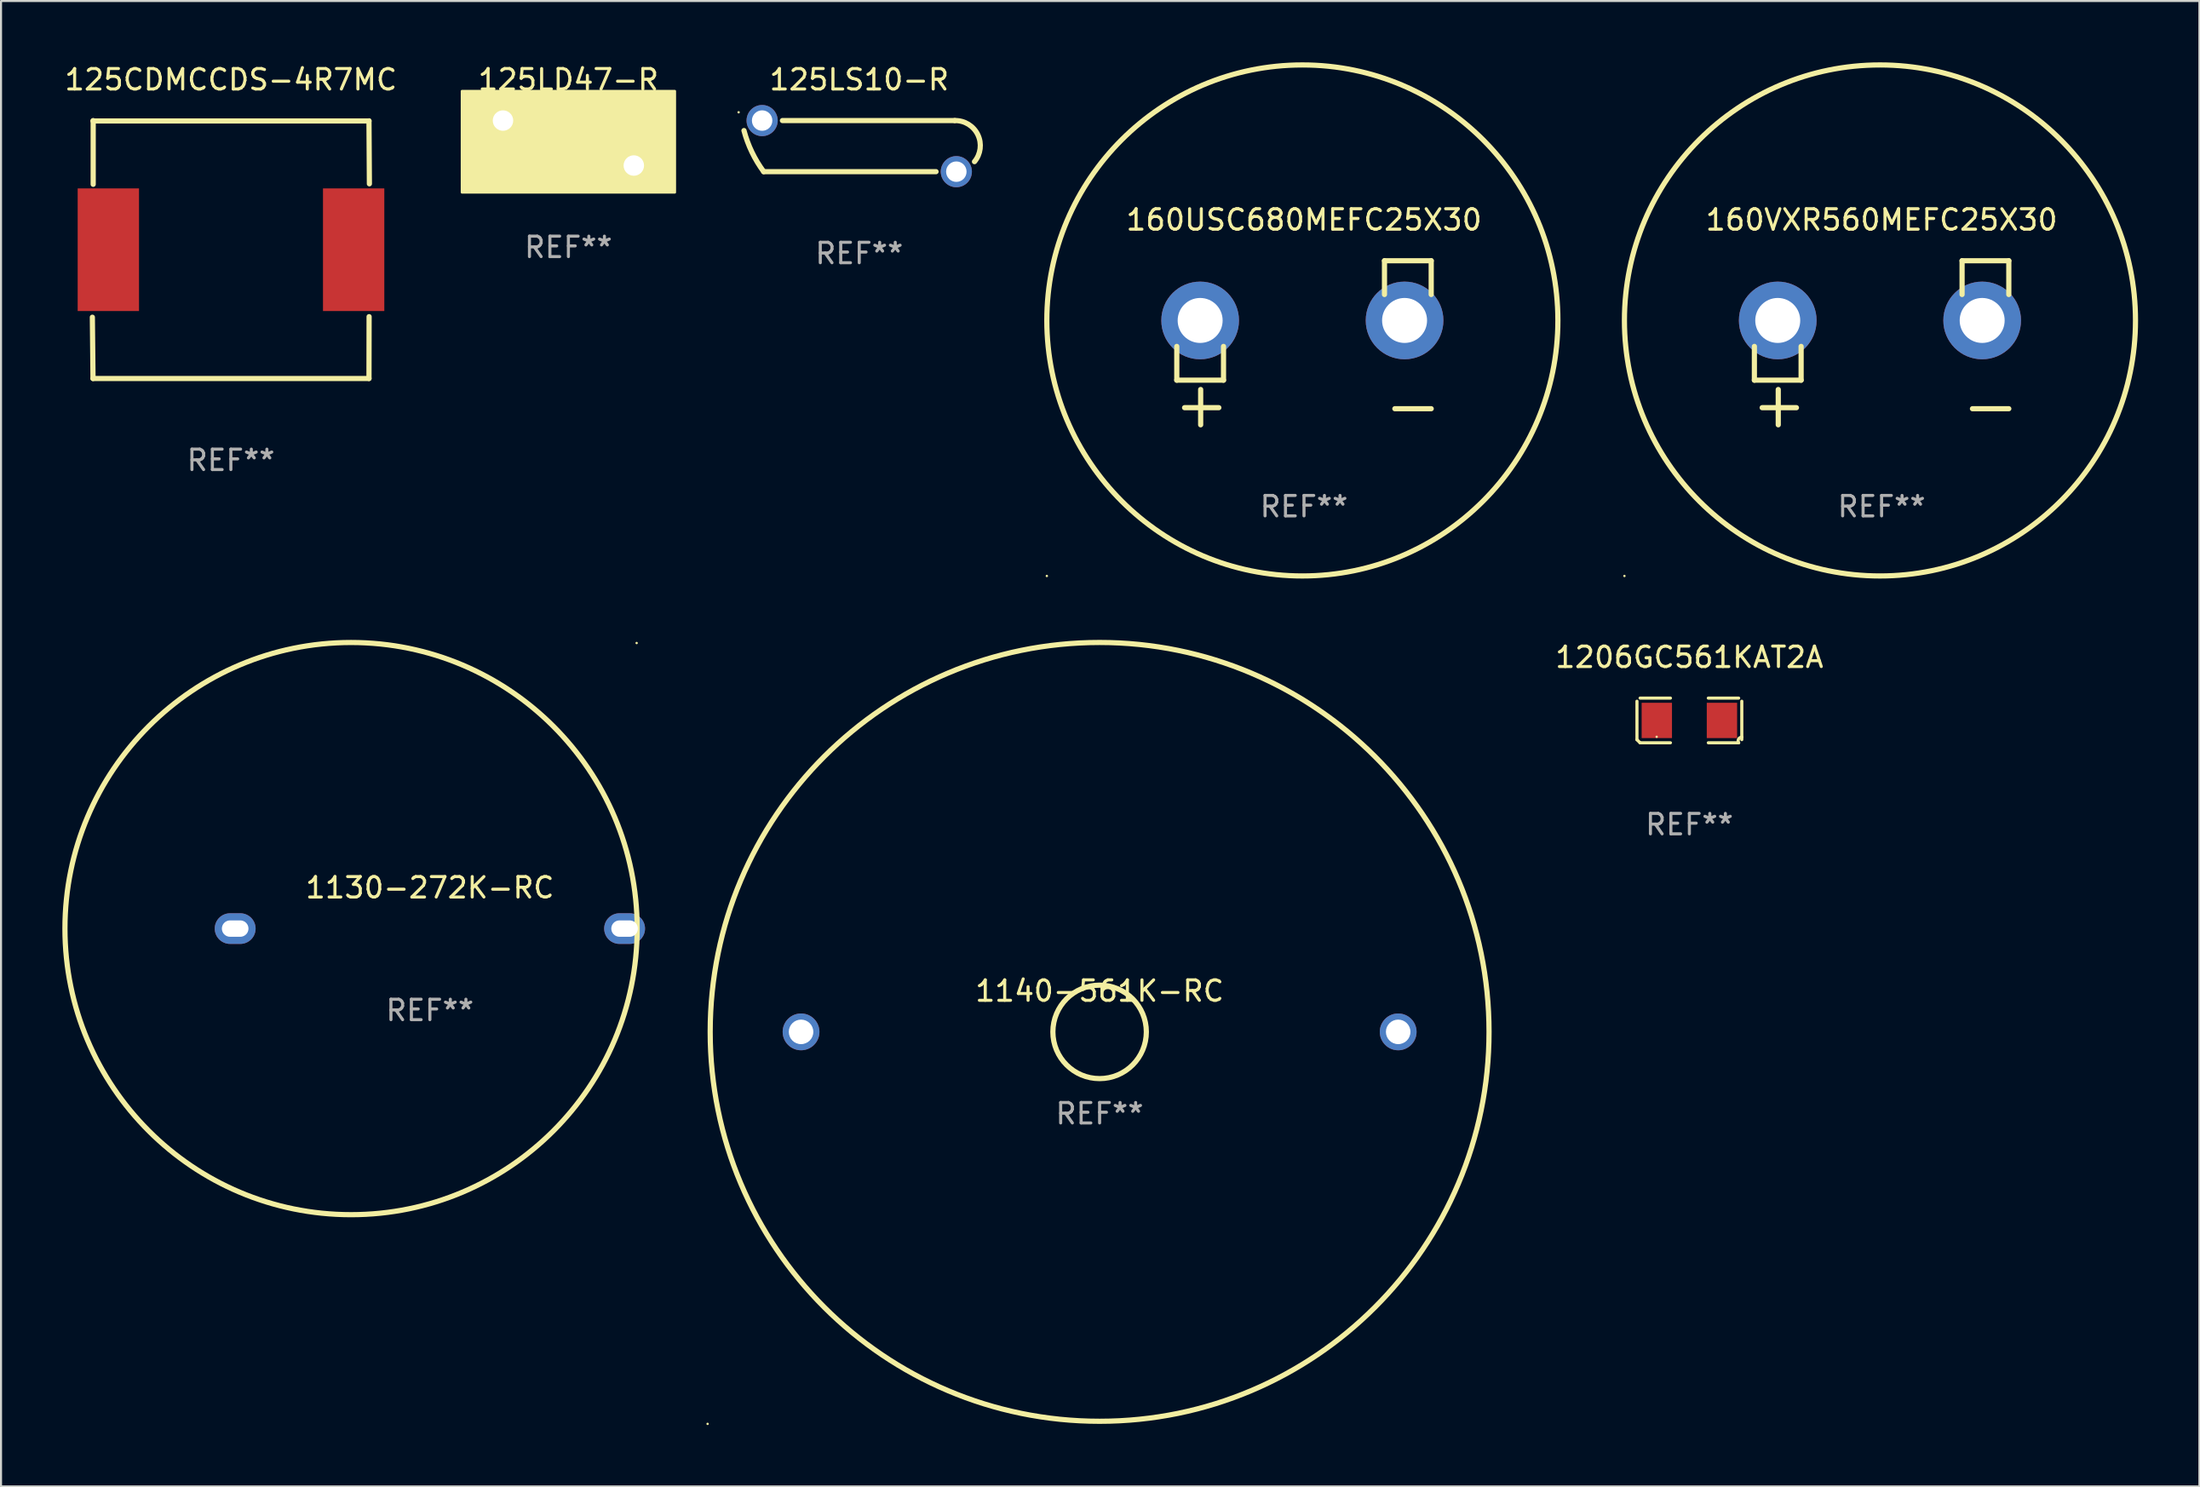
<source format=kicad_pcb>
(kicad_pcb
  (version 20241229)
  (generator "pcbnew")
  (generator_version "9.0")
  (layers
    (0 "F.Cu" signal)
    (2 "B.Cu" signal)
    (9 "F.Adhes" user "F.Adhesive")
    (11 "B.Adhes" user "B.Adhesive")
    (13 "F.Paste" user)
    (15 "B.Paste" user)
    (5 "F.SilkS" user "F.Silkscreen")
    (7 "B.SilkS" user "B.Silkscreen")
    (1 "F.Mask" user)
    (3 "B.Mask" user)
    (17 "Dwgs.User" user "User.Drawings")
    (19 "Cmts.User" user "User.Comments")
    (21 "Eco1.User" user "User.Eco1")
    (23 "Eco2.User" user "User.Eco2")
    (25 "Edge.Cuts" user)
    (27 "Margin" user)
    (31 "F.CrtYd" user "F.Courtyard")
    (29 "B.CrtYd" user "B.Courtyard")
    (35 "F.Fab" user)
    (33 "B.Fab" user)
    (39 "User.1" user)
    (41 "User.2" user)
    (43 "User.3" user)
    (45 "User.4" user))
  (footprint "125LD47-R"
    (layer "F.Cu")
    (at 24.755 3.948)
    (property "Reference" "125LD47-R" (at 0 -3.1 0) (layer "F.SilkS") (effects (font (size 1 1) (thickness 0.15))))
    (attr through_hole)
    (fp_line (start -0.635 0) (end -1.524 0) (stroke (width 0.254) (type solid)) (layer "F.SilkS"))
    (fp_line (start -0.635 1.08) (end -0.635 -1.08) (stroke (width 0.254) (type solid)) (layer "F.SilkS"))
    (fp_line (start 0.635 -1.08) (end 0.635 1.08) (stroke (width 0.254) (type solid)) (layer "F.SilkS"))
    (fp_line (start 0.635 0) (end 1.524 0) (stroke (width 0.254) (type solid)) (layer "F.SilkS"))
    (fp_circle (center -5.1 2.35) (end -5.07 2.35) (stroke (width 0.06) (type solid)) (fill no) (layer "F.SilkS"))
    (fp_poly (pts (xy -5.207 -2.54) (xy 5.207 -2.54) (xy 5.207 2.413) (xy -5.207 2.413)) (stroke (width 0.12) (type solid)) (fill yes) (layer "F.SilkS"))
    (fp_text user "REF**" (at 0 5.1 0) (layer "F.Fab") (effects (font (size 1 1) (thickness 0.15))))
    (pad "1" thru_hole circle (at -3.2 -1.1) (size 1.6 1.6) (drill 1) (layers "*.Cu" "*.Mask"))
    (pad "2" thru_hole circle (at 3.2 1.1) (size 1.6 1.6) (drill 1) (layers "*.Cu" "*.Mask")))
  (footprint "160USC680MEFC25X30"
    (layer "F.Cu")
    (at 60.739 13.719)
    (property "Reference" "160USC680MEFC25X30" (at 0 -6.013 0) (layer "F.SilkS") (effects (font (size 1 1) (thickness 0.15))))
    (attr through_hole)
    (fp_line (start -6.223 0.178) (end -6.223 1.829) (stroke (width 0.254) (type solid)) (layer "F.SilkS"))
    (fp_line (start -6.223 1.829) (end -3.937 1.829) (stroke (width 0.254) (type solid)) (layer "F.SilkS"))
    (fp_line (start -5.055 4.013) (end -5.055 2.286) (stroke (width 0.254) (type solid)) (layer "F.SilkS"))
    (fp_line (start -4.166 3.175) (end -5.842 3.175) (stroke (width 0.254) (type solid)) (layer "F.SilkS"))
    (fp_line (start -3.937 1.829) (end -3.937 0.178) (stroke (width 0.254) (type solid)) (layer "F.SilkS"))
    (fp_line (start 3.937 -4.013) (end 3.937 -2.362) (stroke (width 0.254) (type solid)) (layer "F.SilkS"))
    (fp_line (start 6.223 -4.013) (end 3.937 -4.013) (stroke (width 0.254) (type solid)) (layer "F.SilkS"))
    (fp_line (start 6.223 -2.362) (end 6.223 -4.013) (stroke (width 0.254) (type solid)) (layer "F.SilkS"))
    (fp_line (start 6.223 3.226) (end 4.445 3.226) (stroke (width 0.254) (type solid)) (layer "F.SilkS"))
    (fp_circle (center -12.58 11.408) (end -12.55 11.408) (stroke (width 0.06) (type solid)) (fill no) (layer "F.SilkS"))
    (fp_circle (center -0.08 -1.092) (end 12.42 -1.092) (stroke (width 0.254) (type solid)) (fill no) (layer "F.SilkS"))
    (fp_text user "REF**" (at 0 8.013 0) (layer "F.Fab") (effects (font (size 1 1) (thickness 0.15))))
    (pad "1" thru_hole circle (at -5.08 -1.092) (size 3.8 3.8) (drill 2.2) (layers "*.Cu" "*.Mask"))
    (pad "2" thru_hole circle (at 4.92 -1.092) (size 3.8 3.8) (drill 2.2) (layers "*.Cu" "*.Mask")))
  (footprint "1140-561K-RC"
    (layer "F.Cu")
    (at 50.741 47.431)
    (property "Reference" "1140-561K-RC" (at 0 -2 0) (layer "F.SilkS") (effects (font (size 1 1) (thickness 0.15))))
    (attr through_hole)
    (fp_circle (center -19.177 19.177) (end -19.147 19.177) (stroke (width 0.06) (type solid)) (fill no) (layer "F.SilkS"))
    (fp_circle (center 0 0) (end 2.286 0) (stroke (width 0.254) (type solid)) (fill no) (layer "F.SilkS"))
    (fp_circle (center 0 0) (end 19.05 0) (stroke (width 0.254) (type solid)) (fill no) (layer "F.SilkS"))
    (fp_text user "REF**" (at 0 4 0) (layer "F.Fab") (effects (font (size 1 1) (thickness 0.15))))
    (pad "1" thru_hole circle (at -14.605 0) (size 1.8 1.8) (drill 1.2) (layers "*.Cu" "*.Mask"))
    (pad "2" thru_hole circle (at 14.605 0) (size 1.8 1.8) (drill 1.2) (layers "*.Cu" "*.Mask")))
  (footprint "1130-272K-RC"
    (layer "F.Cu")
    (at 17.979 42.378)
    (property "Reference" "1130-272K-RC" (at 0 -2 0) (layer "F.SilkS") (effects (font (size 1 1) (thickness 0.15))))
    (attr through_hole)
    (fp_circle (center -3.856 0) (end 10.14 0) (stroke (width 0.254) (type solid)) (fill no) (layer "F.SilkS"))
    (fp_circle (center 10.114 -13.97) (end 10.144 -13.97) (stroke (width 0.06) (type solid)) (fill no) (layer "F.SilkS"))
    (fp_text user "REF**" (at 0 4 0) (layer "F.Fab") (effects (font (size 1 1) (thickness 0.15))))
    (pad "1" thru_hole oval (at 9.525 0) (size 2 1.5) (drill oval 1.3 0.8) (layers "*.Cu" "*.Mask"))
    (pad "2" thru_hole oval (at -9.525 0) (size 2 1.5) (drill oval 1.3 0.8) (layers "*.Cu" "*.Mask")))
  (footprint "125CDMCCDS-4R7MC"
    (layer "F.Cu")
    (at 8.244 9.158)
    (property "Reference" "125CDMCCDS-4R7MC" (at 0 -8.309 0) (layer "F.SilkS") (effects (font (size 1 1) (thickness 0.15))))
    (attr through_hole)
    (fp_line (start -6.744 -6.291) (end 6.756 -6.291) (stroke (width 0.254) (type solid)) (layer "F.SilkS"))
    (fp_line (start -6.744 6.309) (end -6.776 3.311) (stroke (width 0.254) (type solid)) (layer "F.SilkS"))
    (fp_line (start -6.735 -3.191) (end -6.735 -6.309) (stroke (width 0.254) (type solid)) (layer "F.SilkS"))
    (fp_line (start 6.756 6.309) (end -6.744 6.309) (stroke (width 0.254) (type solid)) (layer "F.SilkS"))
    (fp_line (start 6.756 6.309) (end 6.762 3.283) (stroke (width 0.254) (type solid)) (layer "F.SilkS"))
    (fp_line (start 6.776 -3.216) (end 6.756 -6.297) (stroke (width 0.254) (type solid)) (layer "F.SilkS"))
    (fp_circle (center -6.744 6.309) (end -6.714 6.309) (stroke (width 0.06) (type solid)) (fill no) (layer "F.SilkS"))
    (fp_text user "REF**" (at 0 10.309 0) (layer "F.Fab") (effects (font (size 1 1) (thickness 0.15))))
    (pad "1" smd rect (at -5.994 0.009) (size 3 6) (layers "F.Cu" "F.Mask" "F.Paste"))
    (pad "2" smd rect (at 6.006 0.009) (size 3 6) (layers "F.Cu" "F.Mask" "F.Paste")))
  (footprint "125LS10-R"
    (layer "F.Cu")
    (at 38.982 4.098)
    (property "Reference" "125LS10-R" (at 0 -3.25 0) (layer "F.SilkS") (effects (font (size 1 1) (thickness 0.15))))
    (attr through_hole)
    (fp_line (start -4.673 1.25) (end 3.757 1.25) (stroke (width 0.254) (type solid)) (layer "F.SilkS"))
    (fp_line (start 4.673 -1.25) (end -3.757 -1.25) (stroke (width 0.254) (type solid)) (layer "F.SilkS"))
    (fp_arc (start -4.672899 1.249784) (mid -5.250471 0.290533) (end -5.638024 -0.75997) (stroke (width 0.254001) (type solid)) (layer "F.SilkS"))
    (fp_arc (start 4.672899 -1.249784) (mid 5.80251 -0.555648) (end 5.637998 0.759944) (stroke (width 0.254001) (type solid)) (layer "F.SilkS"))
    (fp_circle (center -5.9 -1.655) (end -5.87 -1.655) (stroke (width 0.06) (type solid)) (fill no) (layer "F.SilkS"))
    (fp_text user "REF**" (at 0 5.25 0) (layer "F.Fab") (effects (font (size 1 1) (thickness 0.15))))
    (pad "1" thru_hole circle (at -4.75 -1.25) (size 1.524 1.524) (drill 1) (layers "*.Cu" "*.Mask"))
    (pad "2" thru_hole circle (at 4.75 1.25) (size 1.524 1.524) (drill 1) (layers "*.Cu" "*.Mask")))
  (footprint "1206GC561KAT2A"
    (layer "F.Cu")
    (at 79.591 32.195)
    (property "Reference" "1206GC561KAT2A" (at 0 -3.093 0) (layer "F.SilkS") (effects (font (size 1 1) (thickness 0.15))))
    (attr through_hole)
    (fp_line (start -2.564 0.94) (end -2.564 -0.94) (stroke (width 0.152) (type solid)) (layer "F.SilkS"))
    (fp_line (start -2.411 -1.093) (end -0.926 -1.093) (stroke (width 0.152) (type solid)) (layer "F.SilkS"))
    (fp_line (start -0.926 1.093) (end -2.411 1.093) (stroke (width 0.152) (type solid)) (layer "F.SilkS"))
    (fp_line (start 0.926 1.093) (end 2.411 1.093) (stroke (width 0.152) (type solid)) (layer "F.SilkS"))
    (fp_line (start 2.411 -1.093) (end 0.926 -1.093) (stroke (width 0.152) (type solid)) (layer "F.SilkS"))
    (fp_line (start 2.564 0.94) (end 2.564 -0.94) (stroke (width 0.152) (type solid)) (layer "F.SilkS"))
    (fp_arc (start -2.411201 1.092609) (mid -2.487413 1.01642) (end -2.563602 0.940208) (stroke (width 0.1524) (type solid)) (layer "F.SilkS"))
    (fp_arc (start 2.411201 1.092609) (mid 2.407159 0.911226) (end 2.563602 0.819347) (stroke (width 0.1524) (type solid)) (layer "F.SilkS"))
    (fp_circle (center -1.6 0.8) (end -1.57 0.8) (stroke (width 0.06) (type solid)) (fill no) (layer "F.SilkS"))
    (fp_text user "REF**" (at 0 5.093 0) (layer "F.Fab") (effects (font (size 1 1) (thickness 0.15))))
    (pad "1" smd rect (at -1.593 0) (size 1.485 1.728) (layers "F.Cu" "F.Mask" "F.Paste"))
    (pad "2" smd rect (at 1.593 0) (size 1.485 1.728) (layers "F.Cu" "F.Mask" "F.Paste")))
  (footprint "160VXR560MEFC25X30"
    (layer "F.Cu")
    (at 88.994 13.719)
    (property "Reference" "160VXR560MEFC25X30" (at 0 -6.013 0) (layer "F.SilkS") (effects (font (size 1 1) (thickness 0.15))))
    (attr through_hole)
    (fp_line (start -6.223 0.178) (end -6.223 1.829) (stroke (width 0.254) (type solid)) (layer "F.SilkS"))
    (fp_line (start -6.223 1.829) (end -3.937 1.829) (stroke (width 0.254) (type solid)) (layer "F.SilkS"))
    (fp_line (start -5.055 4.013) (end -5.055 2.286) (stroke (width 0.254) (type solid)) (layer "F.SilkS"))
    (fp_line (start -4.166 3.175) (end -5.842 3.175) (stroke (width 0.254) (type solid)) (layer "F.SilkS"))
    (fp_line (start -3.937 1.829) (end -3.937 0.178) (stroke (width 0.254) (type solid)) (layer "F.SilkS"))
    (fp_line (start 3.937 -4.013) (end 3.937 -2.362) (stroke (width 0.254) (type solid)) (layer "F.SilkS"))
    (fp_line (start 6.223 -4.013) (end 3.937 -4.013) (stroke (width 0.254) (type solid)) (layer "F.SilkS"))
    (fp_line (start 6.223 -2.362) (end 6.223 -4.013) (stroke (width 0.254) (type solid)) (layer "F.SilkS"))
    (fp_line (start 6.223 3.226) (end 4.445 3.226) (stroke (width 0.254) (type solid)) (layer "F.SilkS"))
    (fp_circle (center -12.58 11.408) (end -12.55 11.408) (stroke (width 0.06) (type solid)) (fill no) (layer "F.SilkS"))
    (fp_circle (center -0.08 -1.092) (end 12.42 -1.092) (stroke (width 0.254) (type solid)) (fill no) (layer "F.SilkS"))
    (fp_text user "REF**" (at 0 8.013 0) (layer "F.Fab") (effects (font (size 1 1) (thickness 0.15))))
    (pad "1" thru_hole circle (at -5.08 -1.092) (size 3.8 3.8) (drill 2.2) (layers "*.Cu" "*.Mask"))
    (pad "2" thru_hole circle (at 4.92 -1.092) (size 3.8 3.8) (drill 2.2) (layers "*.Cu" "*.Mask")))
  (gr_rect
    (start -3 -3)
    (end 104.541 69.668)
    (stroke (width 0.1) (type default))
    (fill no)
    (layer "Edge.Cuts")))
</source>
